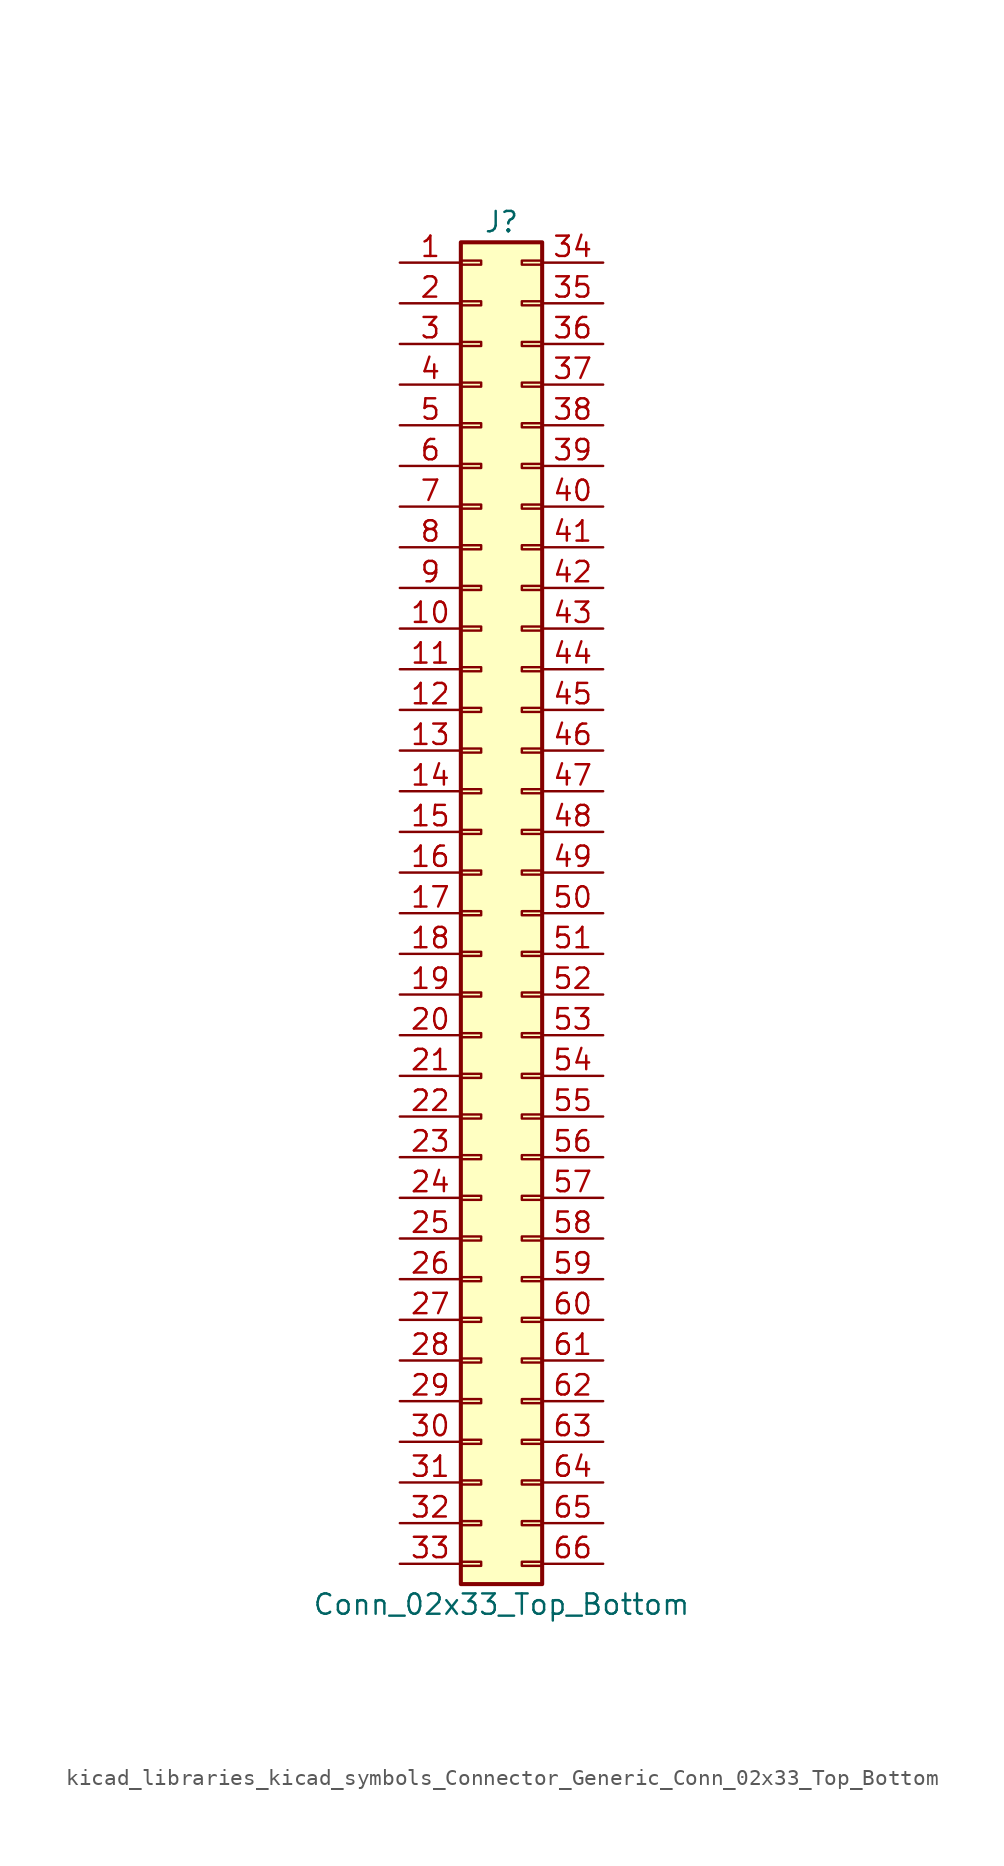
<source format=kicad_sym>
(kicad_symbol_lib
  (version 20220914)
  (generator kicad_symbol_editor)
  (symbol "kicad_libraries_kicad_symbols_Connector_Generic_Conn_02x33_Top_Bottom"
    (pin_names
      (offset 1.016) hide)
    (property "Reference" "J"
      (at 1.27 43.18 0)
      (effects (font (size 1.27 1.27))))
    (property "Value" "Conn_02x33_Top_Bottom"
      (at 1.27 -43.18 0)
      (effects (font (size 1.27 1.27))))
    (symbol "kicad_libraries_kicad_symbols_Connector_Generic_Conn_02x33_Top_Bottom_1_1"
      (rectangle (start -1.27 -40.513) (end 0 -40.767) (stroke (width 0.152) (type default)) (fill (type none)))
      (rectangle (start -1.27 -37.973) (end 0 -38.227) (stroke (width 0.152) (type default)) (fill (type none)))
      (rectangle (start -1.27 -35.433) (end 0 -35.687) (stroke (width 0.152) (type default)) (fill (type none)))
      (rectangle (start -1.27 -32.893) (end 0 -33.147) (stroke (width 0.152) (type default)) (fill (type none)))
      (rectangle (start -1.27 -30.353) (end 0 -30.607) (stroke (width 0.152) (type default)) (fill (type none)))
      (rectangle (start -1.27 -27.813) (end 0 -28.067) (stroke (width 0.152) (type default)) (fill (type none)))
      (rectangle (start -1.27 -25.273) (end 0 -25.527) (stroke (width 0.152) (type default)) (fill (type none)))
      (rectangle (start -1.27 -22.733) (end 0 -22.987) (stroke (width 0.152) (type default)) (fill (type none)))
      (rectangle (start -1.27 -20.193) (end 0 -20.447) (stroke (width 0.152) (type default)) (fill (type none)))
      (rectangle (start -1.27 -17.653) (end 0 -17.907) (stroke (width 0.152) (type default)) (fill (type none)))
      (rectangle (start -1.27 -15.113) (end 0 -15.367) (stroke (width 0.152) (type default)) (fill (type none)))
      (rectangle (start -1.27 -12.573) (end 0 -12.827) (stroke (width 0.152) (type default)) (fill (type none)))
      (rectangle (start -1.27 -10.033) (end 0 -10.287) (stroke (width 0.152) (type default)) (fill (type none)))
      (rectangle (start -1.27 -7.493) (end 0 -7.747) (stroke (width 0.152) (type default)) (fill (type none)))
      (rectangle (start -1.27 -4.953) (end 0 -5.207) (stroke (width 0.152) (type default)) (fill (type none)))
      (rectangle (start -1.27 -2.413) (end 0 -2.667) (stroke (width 0.152) (type default)) (fill (type none)))
      (rectangle (start -1.27 0.127) (end 0 -0.127) (stroke (width 0.152) (type default)) (fill (type none)))
      (rectangle (start -1.27 2.667) (end 0 2.413) (stroke (width 0.152) (type default)) (fill (type none)))
      (rectangle (start -1.27 5.207) (end 0 4.953) (stroke (width 0.152) (type default)) (fill (type none)))
      (rectangle (start -1.27 7.747) (end 0 7.493) (stroke (width 0.152) (type default)) (fill (type none)))
      (rectangle (start -1.27 10.287) (end 0 10.033) (stroke (width 0.152) (type default)) (fill (type none)))
      (rectangle (start -1.27 12.827) (end 0 12.573) (stroke (width 0.152) (type default)) (fill (type none)))
      (rectangle (start -1.27 15.367) (end 0 15.113) (stroke (width 0.152) (type default)) (fill (type none)))
      (rectangle (start -1.27 17.907) (end 0 17.653) (stroke (width 0.152) (type default)) (fill (type none)))
      (rectangle (start -1.27 20.447) (end 0 20.193) (stroke (width 0.152) (type default)) (fill (type none)))
      (rectangle (start -1.27 22.987) (end 0 22.733) (stroke (width 0.152) (type default)) (fill (type none)))
      (rectangle (start -1.27 25.527) (end 0 25.273) (stroke (width 0.152) (type default)) (fill (type none)))
      (rectangle (start -1.27 28.067) (end 0 27.813) (stroke (width 0.152) (type default)) (fill (type none)))
      (rectangle (start -1.27 30.607) (end 0 30.353) (stroke (width 0.152) (type default)) (fill (type none)))
      (rectangle (start -1.27 33.147) (end 0 32.893) (stroke (width 0.152) (type default)) (fill (type none)))
      (rectangle (start -1.27 35.687) (end 0 35.433) (stroke (width 0.152) (type default)) (fill (type none)))
      (rectangle (start -1.27 38.227) (end 0 37.973) (stroke (width 0.152) (type default)) (fill (type none)))
      (rectangle (start -1.27 40.767) (end 0 40.513) (stroke (width 0.152) (type default)) (fill (type none)))
      (rectangle (start -1.27 41.91) (end 3.81 -41.91) (stroke (width 0.254) (type default)) (fill (type background)))
      (rectangle (start 3.81 -40.513) (end 2.54 -40.767) (stroke (width 0.152) (type default)) (fill (type none)))
      (rectangle (start 3.81 -37.973) (end 2.54 -38.227) (stroke (width 0.152) (type default)) (fill (type none)))
      (rectangle (start 3.81 -35.433) (end 2.54 -35.687) (stroke (width 0.152) (type default)) (fill (type none)))
      (rectangle (start 3.81 -32.893) (end 2.54 -33.147) (stroke (width 0.152) (type default)) (fill (type none)))
      (rectangle (start 3.81 -30.353) (end 2.54 -30.607) (stroke (width 0.152) (type default)) (fill (type none)))
      (rectangle (start 3.81 -27.813) (end 2.54 -28.067) (stroke (width 0.152) (type default)) (fill (type none)))
      (rectangle (start 3.81 -25.273) (end 2.54 -25.527) (stroke (width 0.152) (type default)) (fill (type none)))
      (rectangle (start 3.81 -22.733) (end 2.54 -22.987) (stroke (width 0.152) (type default)) (fill (type none)))
      (rectangle (start 3.81 -20.193) (end 2.54 -20.447) (stroke (width 0.152) (type default)) (fill (type none)))
      (rectangle (start 3.81 -17.653) (end 2.54 -17.907) (stroke (width 0.152) (type default)) (fill (type none)))
      (rectangle (start 3.81 -15.113) (end 2.54 -15.367) (stroke (width 0.152) (type default)) (fill (type none)))
      (rectangle (start 3.81 -12.573) (end 2.54 -12.827) (stroke (width 0.152) (type default)) (fill (type none)))
      (rectangle (start 3.81 -10.033) (end 2.54 -10.287) (stroke (width 0.152) (type default)) (fill (type none)))
      (rectangle (start 3.81 -7.493) (end 2.54 -7.747) (stroke (width 0.152) (type default)) (fill (type none)))
      (rectangle (start 3.81 -4.953) (end 2.54 -5.207) (stroke (width 0.152) (type default)) (fill (type none)))
      (rectangle (start 3.81 -2.413) (end 2.54 -2.667) (stroke (width 0.152) (type default)) (fill (type none)))
      (rectangle (start 3.81 0.127) (end 2.54 -0.127) (stroke (width 0.152) (type default)) (fill (type none)))
      (rectangle (start 3.81 2.667) (end 2.54 2.413) (stroke (width 0.152) (type default)) (fill (type none)))
      (rectangle (start 3.81 5.207) (end 2.54 4.953) (stroke (width 0.152) (type default)) (fill (type none)))
      (rectangle (start 3.81 7.747) (end 2.54 7.493) (stroke (width 0.152) (type default)) (fill (type none)))
      (rectangle (start 3.81 10.287) (end 2.54 10.033) (stroke (width 0.152) (type default)) (fill (type none)))
      (rectangle (start 3.81 12.827) (end 2.54 12.573) (stroke (width 0.152) (type default)) (fill (type none)))
      (rectangle (start 3.81 15.367) (end 2.54 15.113) (stroke (width 0.152) (type default)) (fill (type none)))
      (rectangle (start 3.81 17.907) (end 2.54 17.653) (stroke (width 0.152) (type default)) (fill (type none)))
      (rectangle (start 3.81 20.447) (end 2.54 20.193) (stroke (width 0.152) (type default)) (fill (type none)))
      (rectangle (start 3.81 22.987) (end 2.54 22.733) (stroke (width 0.152) (type default)) (fill (type none)))
      (rectangle (start 3.81 25.527) (end 2.54 25.273) (stroke (width 0.152) (type default)) (fill (type none)))
      (rectangle (start 3.81 28.067) (end 2.54 27.813) (stroke (width 0.152) (type default)) (fill (type none)))
      (rectangle (start 3.81 30.607) (end 2.54 30.353) (stroke (width 0.152) (type default)) (fill (type none)))
      (rectangle (start 3.81 33.147) (end 2.54 32.893) (stroke (width 0.152) (type default)) (fill (type none)))
      (rectangle (start 3.81 35.687) (end 2.54 35.433) (stroke (width 0.152) (type default)) (fill (type none)))
      (rectangle (start 3.81 38.227) (end 2.54 37.973) (stroke (width 0.152) (type default)) (fill (type none)))
      (rectangle (start 3.81 40.767) (end 2.54 40.513) (stroke (width 0.152) (type default)) (fill (type none)))
      (pin passive line (at -5.08 40.64 0) (length 3.81) (name "Pin_1" (effects (font (size 1.27 1.27)))) (number "1" (effects (font (size 1.27 1.27)))))
      (pin passive line (at -5.08 17.78 0) (length 3.81) (name "Pin_10" (effects (font (size 1.27 1.27)))) (number "10" (effects (font (size 1.27 1.27)))))
      (pin passive line (at -5.08 15.24 0) (length 3.81) (name "Pin_11" (effects (font (size 1.27 1.27)))) (number "11" (effects (font (size 1.27 1.27)))))
      (pin passive line (at -5.08 12.7 0) (length 3.81) (name "Pin_12" (effects (font (size 1.27 1.27)))) (number "12" (effects (font (size 1.27 1.27)))))
      (pin passive line (at -5.08 10.16 0) (length 3.81) (name "Pin_13" (effects (font (size 1.27 1.27)))) (number "13" (effects (font (size 1.27 1.27)))))
      (pin passive line (at -5.08 7.62 0) (length 3.81) (name "Pin_14" (effects (font (size 1.27 1.27)))) (number "14" (effects (font (size 1.27 1.27)))))
      (pin passive line (at -5.08 5.08 0) (length 3.81) (name "Pin_15" (effects (font (size 1.27 1.27)))) (number "15" (effects (font (size 1.27 1.27)))))
      (pin passive line (at -5.08 2.54 0) (length 3.81) (name "Pin_16" (effects (font (size 1.27 1.27)))) (number "16" (effects (font (size 1.27 1.27)))))
      (pin passive line (at -5.08 0 0) (length 3.81) (name "Pin_17" (effects (font (size 1.27 1.27)))) (number "17" (effects (font (size 1.27 1.27)))))
      (pin passive line (at -5.08 -2.54 0) (length 3.81) (name "Pin_18" (effects (font (size 1.27 1.27)))) (number "18" (effects (font (size 1.27 1.27)))))
      (pin passive line (at -5.08 -5.08 0) (length 3.81) (name "Pin_19" (effects (font (size 1.27 1.27)))) (number "19" (effects (font (size 1.27 1.27)))))
      (pin passive line (at -5.08 38.1 0) (length 3.81) (name "Pin_2" (effects (font (size 1.27 1.27)))) (number "2" (effects (font (size 1.27 1.27)))))
      (pin passive line (at -5.08 -7.62 0) (length 3.81) (name "Pin_20" (effects (font (size 1.27 1.27)))) (number "20" (effects (font (size 1.27 1.27)))))
      (pin passive line (at -5.08 -10.16 0) (length 3.81) (name "Pin_21" (effects (font (size 1.27 1.27)))) (number "21" (effects (font (size 1.27 1.27)))))
      (pin passive line (at -5.08 -12.7 0) (length 3.81) (name "Pin_22" (effects (font (size 1.27 1.27)))) (number "22" (effects (font (size 1.27 1.27)))))
      (pin passive line (at -5.08 -15.24 0) (length 3.81) (name "Pin_23" (effects (font (size 1.27 1.27)))) (number "23" (effects (font (size 1.27 1.27)))))
      (pin passive line (at -5.08 -17.78 0) (length 3.81) (name "Pin_24" (effects (font (size 1.27 1.27)))) (number "24" (effects (font (size 1.27 1.27)))))
      (pin passive line (at -5.08 -20.32 0) (length 3.81) (name "Pin_25" (effects (font (size 1.27 1.27)))) (number "25" (effects (font (size 1.27 1.27)))))
      (pin passive line (at -5.08 -22.86 0) (length 3.81) (name "Pin_26" (effects (font (size 1.27 1.27)))) (number "26" (effects (font (size 1.27 1.27)))))
      (pin passive line (at -5.08 -25.4 0) (length 3.81) (name "Pin_27" (effects (font (size 1.27 1.27)))) (number "27" (effects (font (size 1.27 1.27)))))
      (pin passive line (at -5.08 -27.94 0) (length 3.81) (name "Pin_28" (effects (font (size 1.27 1.27)))) (number "28" (effects (font (size 1.27 1.27)))))
      (pin passive line (at -5.08 -30.48 0) (length 3.81) (name "Pin_29" (effects (font (size 1.27 1.27)))) (number "29" (effects (font (size 1.27 1.27)))))
      (pin passive line (at -5.08 35.56 0) (length 3.81) (name "Pin_3" (effects (font (size 1.27 1.27)))) (number "3" (effects (font (size 1.27 1.27)))))
      (pin passive line (at -5.08 -33.02 0) (length 3.81) (name "Pin_30" (effects (font (size 1.27 1.27)))) (number "30" (effects (font (size 1.27 1.27)))))
      (pin passive line (at -5.08 -35.56 0) (length 3.81) (name "Pin_31" (effects (font (size 1.27 1.27)))) (number "31" (effects (font (size 1.27 1.27)))))
      (pin passive line (at -5.08 -38.1 0) (length 3.81) (name "Pin_32" (effects (font (size 1.27 1.27)))) (number "32" (effects (font (size 1.27 1.27)))))
      (pin passive line (at -5.08 -40.64 0) (length 3.81) (name "Pin_33" (effects (font (size 1.27 1.27)))) (number "33" (effects (font (size 1.27 1.27)))))
      (pin passive line (at 7.62 40.64 180) (length 3.81) (name "Pin_34" (effects (font (size 1.27 1.27)))) (number "34" (effects (font (size 1.27 1.27)))))
      (pin passive line (at 7.62 38.1 180) (length 3.81) (name "Pin_35" (effects (font (size 1.27 1.27)))) (number "35" (effects (font (size 1.27 1.27)))))
      (pin passive line (at 7.62 35.56 180) (length 3.81) (name "Pin_36" (effects (font (size 1.27 1.27)))) (number "36" (effects (font (size 1.27 1.27)))))
      (pin passive line (at 7.62 33.02 180) (length 3.81) (name "Pin_37" (effects (font (size 1.27 1.27)))) (number "37" (effects (font (size 1.27 1.27)))))
      (pin passive line (at 7.62 30.48 180) (length 3.81) (name "Pin_38" (effects (font (size 1.27 1.27)))) (number "38" (effects (font (size 1.27 1.27)))))
      (pin passive line (at 7.62 27.94 180) (length 3.81) (name "Pin_39" (effects (font (size 1.27 1.27)))) (number "39" (effects (font (size 1.27 1.27)))))
      (pin passive line (at -5.08 33.02 0) (length 3.81) (name "Pin_4" (effects (font (size 1.27 1.27)))) (number "4" (effects (font (size 1.27 1.27)))))
      (pin passive line (at 7.62 25.4 180) (length 3.81) (name "Pin_40" (effects (font (size 1.27 1.27)))) (number "40" (effects (font (size 1.27 1.27)))))
      (pin passive line (at 7.62 22.86 180) (length 3.81) (name "Pin_41" (effects (font (size 1.27 1.27)))) (number "41" (effects (font (size 1.27 1.27)))))
      (pin passive line (at 7.62 20.32 180) (length 3.81) (name "Pin_42" (effects (font (size 1.27 1.27)))) (number "42" (effects (font (size 1.27 1.27)))))
      (pin passive line (at 7.62 17.78 180) (length 3.81) (name "Pin_43" (effects (font (size 1.27 1.27)))) (number "43" (effects (font (size 1.27 1.27)))))
      (pin passive line (at 7.62 15.24 180) (length 3.81) (name "Pin_44" (effects (font (size 1.27 1.27)))) (number "44" (effects (font (size 1.27 1.27)))))
      (pin passive line (at 7.62 12.7 180) (length 3.81) (name "Pin_45" (effects (font (size 1.27 1.27)))) (number "45" (effects (font (size 1.27 1.27)))))
      (pin passive line (at 7.62 10.16 180) (length 3.81) (name "Pin_46" (effects (font (size 1.27 1.27)))) (number "46" (effects (font (size 1.27 1.27)))))
      (pin passive line (at 7.62 7.62 180) (length 3.81) (name "Pin_47" (effects (font (size 1.27 1.27)))) (number "47" (effects (font (size 1.27 1.27)))))
      (pin passive line (at 7.62 5.08 180) (length 3.81) (name "Pin_48" (effects (font (size 1.27 1.27)))) (number "48" (effects (font (size 1.27 1.27)))))
      (pin passive line (at 7.62 2.54 180) (length 3.81) (name "Pin_49" (effects (font (size 1.27 1.27)))) (number "49" (effects (font (size 1.27 1.27)))))
      (pin passive line (at -5.08 30.48 0) (length 3.81) (name "Pin_5" (effects (font (size 1.27 1.27)))) (number "5" (effects (font (size 1.27 1.27)))))
      (pin passive line (at 7.62 0 180) (length 3.81) (name "Pin_50" (effects (font (size 1.27 1.27)))) (number "50" (effects (font (size 1.27 1.27)))))
      (pin passive line (at 7.62 -2.54 180) (length 3.81) (name "Pin_51" (effects (font (size 1.27 1.27)))) (number "51" (effects (font (size 1.27 1.27)))))
      (pin passive line (at 7.62 -5.08 180) (length 3.81) (name "Pin_52" (effects (font (size 1.27 1.27)))) (number "52" (effects (font (size 1.27 1.27)))))
      (pin passive line (at 7.62 -7.62 180) (length 3.81) (name "Pin_53" (effects (font (size 1.27 1.27)))) (number "53" (effects (font (size 1.27 1.27)))))
      (pin passive line (at 7.62 -10.16 180) (length 3.81) (name "Pin_54" (effects (font (size 1.27 1.27)))) (number "54" (effects (font (size 1.27 1.27)))))
      (pin passive line (at 7.62 -12.7 180) (length 3.81) (name "Pin_55" (effects (font (size 1.27 1.27)))) (number "55" (effects (font (size 1.27 1.27)))))
      (pin passive line (at 7.62 -15.24 180) (length 3.81) (name "Pin_56" (effects (font (size 1.27 1.27)))) (number "56" (effects (font (size 1.27 1.27)))))
      (pin passive line (at 7.62 -17.78 180) (length 3.81) (name "Pin_57" (effects (font (size 1.27 1.27)))) (number "57" (effects (font (size 1.27 1.27)))))
      (pin passive line (at 7.62 -20.32 180) (length 3.81) (name "Pin_58" (effects (font (size 1.27 1.27)))) (number "58" (effects (font (size 1.27 1.27)))))
      (pin passive line (at 7.62 -22.86 180) (length 3.81) (name "Pin_59" (effects (font (size 1.27 1.27)))) (number "59" (effects (font (size 1.27 1.27)))))
      (pin passive line (at -5.08 27.94 0) (length 3.81) (name "Pin_6" (effects (font (size 1.27 1.27)))) (number "6" (effects (font (size 1.27 1.27)))))
      (pin passive line (at 7.62 -25.4 180) (length 3.81) (name "Pin_60" (effects (font (size 1.27 1.27)))) (number "60" (effects (font (size 1.27 1.27)))))
      (pin passive line (at 7.62 -27.94 180) (length 3.81) (name "Pin_61" (effects (font (size 1.27 1.27)))) (number "61" (effects (font (size 1.27 1.27)))))
      (pin passive line (at 7.62 -30.48 180) (length 3.81) (name "Pin_62" (effects (font (size 1.27 1.27)))) (number "62" (effects (font (size 1.27 1.27)))))
      (pin passive line (at 7.62 -33.02 180) (length 3.81) (name "Pin_63" (effects (font (size 1.27 1.27)))) (number "63" (effects (font (size 1.27 1.27)))))
      (pin passive line (at 7.62 -35.56 180) (length 3.81) (name "Pin_64" (effects (font (size 1.27 1.27)))) (number "64" (effects (font (size 1.27 1.27)))))
      (pin passive line (at 7.62 -38.1 180) (length 3.81) (name "Pin_65" (effects (font (size 1.27 1.27)))) (number "65" (effects (font (size 1.27 1.27)))))
      (pin passive line (at 7.62 -40.64 180) (length 3.81) (name "Pin_66" (effects (font (size 1.27 1.27)))) (number "66" (effects (font (size 1.27 1.27)))))
      (pin passive line (at -5.08 25.4 0) (length 3.81) (name "Pin_7" (effects (font (size 1.27 1.27)))) (number "7" (effects (font (size 1.27 1.27)))))
      (pin passive line (at -5.08 22.86 0) (length 3.81) (name "Pin_8" (effects (font (size 1.27 1.27)))) (number "8" (effects (font (size 1.27 1.27)))))
      (pin passive line (at -5.08 20.32 0) (length 3.81) (name "Pin_9" (effects (font (size 1.27 1.27)))) (number "9" (effects (font (size 1.27 1.27))))))))
</source>
